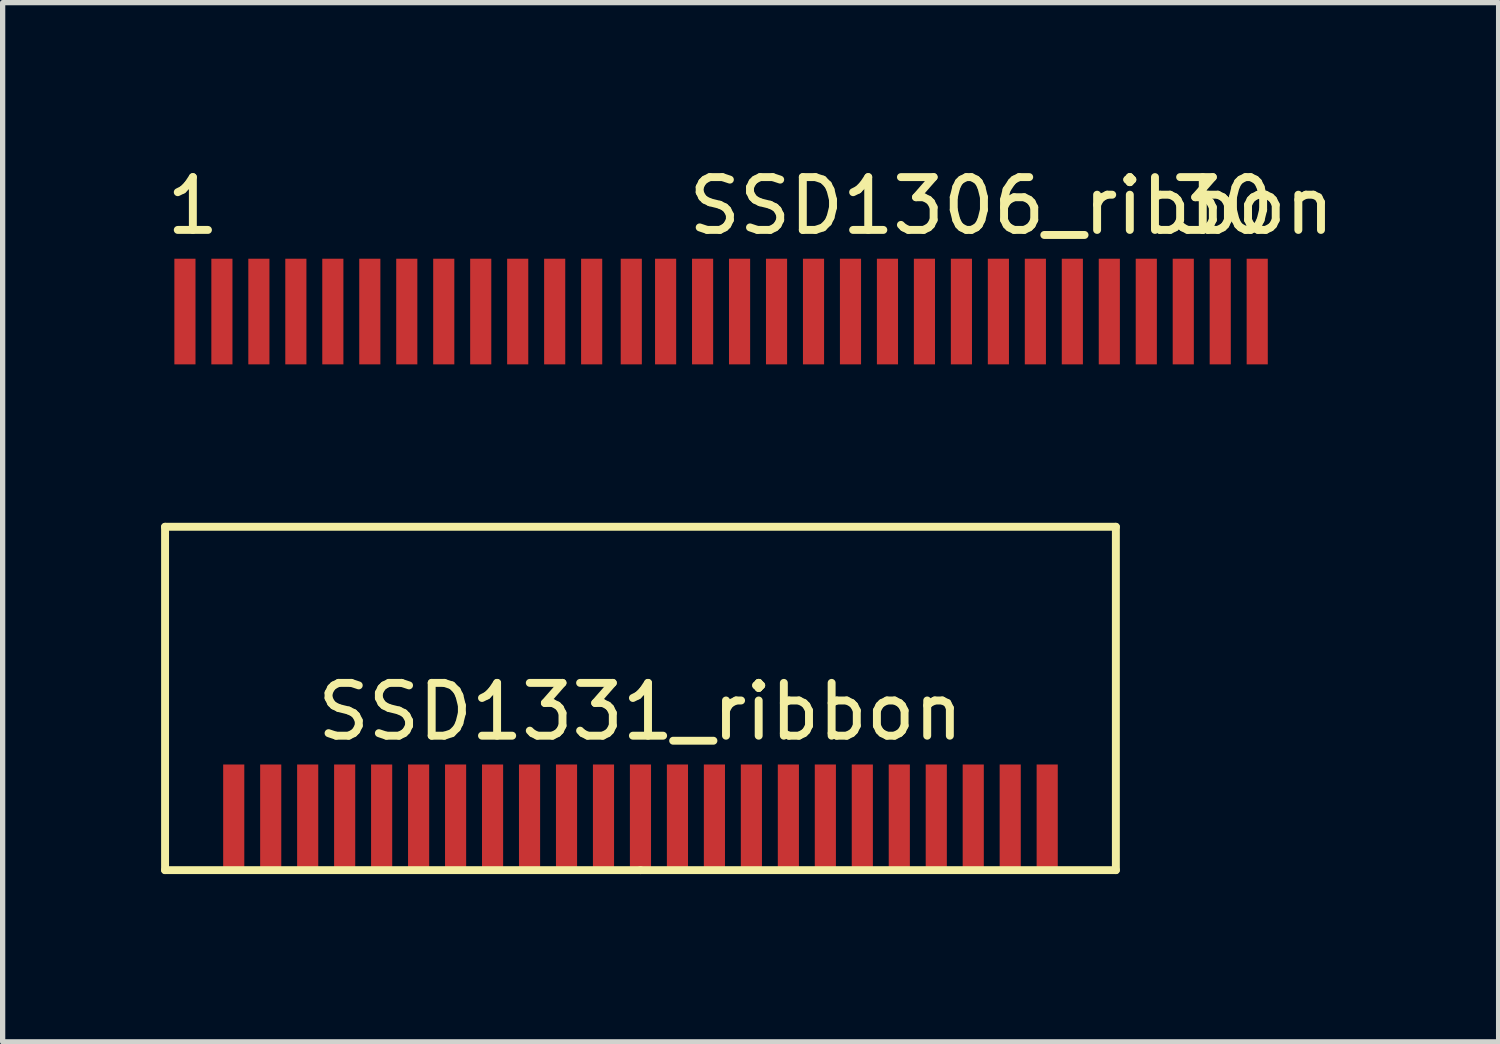
<source format=kicad_pcb>
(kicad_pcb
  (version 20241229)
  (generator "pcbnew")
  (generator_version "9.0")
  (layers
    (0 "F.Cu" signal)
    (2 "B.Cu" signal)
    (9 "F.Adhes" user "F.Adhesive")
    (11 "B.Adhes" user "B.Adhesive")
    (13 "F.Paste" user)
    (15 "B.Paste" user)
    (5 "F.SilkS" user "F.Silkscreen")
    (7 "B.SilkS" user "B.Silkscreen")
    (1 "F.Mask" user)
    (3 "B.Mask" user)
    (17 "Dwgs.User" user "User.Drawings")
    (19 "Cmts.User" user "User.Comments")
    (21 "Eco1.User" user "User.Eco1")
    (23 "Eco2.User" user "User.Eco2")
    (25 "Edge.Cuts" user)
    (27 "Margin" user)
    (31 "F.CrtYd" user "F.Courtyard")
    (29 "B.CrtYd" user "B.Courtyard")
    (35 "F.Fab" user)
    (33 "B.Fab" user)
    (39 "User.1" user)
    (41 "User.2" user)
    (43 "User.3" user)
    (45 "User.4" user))
  (footprint "SSD1306_ribbon"
    (layer "F.Cu")
    (at 10.601 2.848)
    (property "Reference" "SSD1306_ribbon" (at 5.5 -2 0) (layer "F.SilkS") (effects (font (size 1 1) (thickness 0.15))))
    (attr through_hole)
    (fp_text user "30" (at 9.5 -2 0) (layer "F.SilkS") (effects (font (size 1 1) (thickness 0.15))))
    (fp_text user "1" (at -10 -2 0) (layer "F.SilkS") (effects (font (size 1 1) (thickness 0.15))))
    (pad "1" smd rect (at -10.15 0) (size 0.4 2) (layers "F.Cu" "F.Mask" "F.Paste"))
    (pad "2" smd rect (at -9.45 0) (size 0.4 2) (layers "F.Cu" "F.Mask" "F.Paste"))
    (pad "3" smd rect (at -8.75 0) (size 0.4 2) (layers "F.Cu" "F.Mask" "F.Paste"))
    (pad "4" smd rect (at -8.05 0) (size 0.4 2) (layers "F.Cu" "F.Mask" "F.Paste"))
    (pad "5" smd rect (at -7.35 0) (size 0.4 2) (layers "F.Cu" "F.Mask" "F.Paste"))
    (pad "6" smd rect (at -6.65 0) (size 0.4 2) (layers "F.Cu" "F.Mask" "F.Paste"))
    (pad "7" smd rect (at -5.95 0) (size 0.4 2) (layers "F.Cu" "F.Mask" "F.Paste"))
    (pad "8" smd rect (at -5.25 0) (size 0.4 2) (layers "F.Cu" "F.Mask" "F.Paste"))
    (pad "9" smd rect (at -4.55 0) (size 0.4 2) (layers "F.Cu" "F.Mask" "F.Paste"))
    (pad "10" smd rect (at -3.85 0) (size 0.4 2) (layers "F.Cu" "F.Mask" "F.Paste"))
    (pad "11" smd rect (at -3.15 0) (size 0.4 2) (layers "F.Cu" "F.Mask" "F.Paste"))
    (pad "12" smd rect (at -2.45 0) (size 0.4 2) (layers "F.Cu" "F.Mask" "F.Paste"))
    (pad "13" smd rect (at -1.7 0) (size 0.4 2) (layers "F.Cu" "F.Mask" "F.Paste"))
    (pad "14" smd rect (at -1.05 0) (size 0.4 2) (layers "F.Cu" "F.Mask" "F.Paste"))
    (pad "15" smd rect (at -0.35 0) (size 0.4 2) (layers "F.Cu" "F.Mask" "F.Paste"))
    (pad "16" smd rect (at 0.35 0) (size 0.4 2) (layers "F.Cu" "F.Mask" "F.Paste"))
    (pad "17" smd rect (at 1.05 0) (size 0.4 2) (layers "F.Cu" "F.Mask" "F.Paste"))
    (pad "18" smd rect (at 1.75 0) (size 0.4 2) (layers "F.Cu" "F.Mask" "F.Paste"))
    (pad "19" smd rect (at 2.45 0) (size 0.4 2) (layers "F.Cu" "F.Mask" "F.Paste"))
    (pad "20" smd rect (at 3.15 0) (size 0.4 2) (layers "F.Cu" "F.Mask" "F.Paste"))
    (pad "21" smd rect (at 3.85 0) (size 0.4 2) (layers "F.Cu" "F.Mask" "F.Paste"))
    (pad "22" smd rect (at 4.55 0) (size 0.4 2) (layers "F.Cu" "F.Mask" "F.Paste"))
    (pad "23" smd rect (at 5.25 0) (size 0.4 2) (layers "F.Cu" "F.Mask" "F.Paste"))
    (pad "24" smd rect (at 5.95 0) (size 0.4 2) (layers "F.Cu" "F.Mask" "F.Paste"))
    (pad "25" smd rect (at 6.65 0) (size 0.4 2) (layers "F.Cu" "F.Mask" "F.Paste"))
    (pad "26" smd rect (at 7.35 0) (size 0.4 2) (layers "F.Cu" "F.Mask" "F.Paste"))
    (pad "27" smd rect (at 8.05 0) (size 0.4 2) (layers "F.Cu" "F.Mask" "F.Paste"))
    (pad "28" smd rect (at 8.75 0) (size 0.4 2) (layers "F.Cu" "F.Mask" "F.Paste"))
    (pad "29" smd rect (at 9.45 0) (size 0.4 2) (layers "F.Cu" "F.Mask" "F.Paste"))
    (pad "30" smd rect (at 10.15 0) (size 0.4 2) (layers "F.Cu" "F.Mask" "F.Paste")))
  (footprint "SSD1331_ribbon"
    (layer "F.Cu")
    (at 9.075 13.423)
    (property "Reference" "SSD1331_ribbon" (at 0 -3 0) (layer "F.SilkS") (effects (font (size 1 1) (thickness 0.15))))
    (attr through_hole)
    (fp_line (start -9 0) (end -9 -6.5) (stroke (width 0.15) (type solid)) (layer "F.SilkS"))
    (fp_line (start -9 0) (end 0 0) (stroke (width 0.15) (type solid)) (layer "F.SilkS"))
    (fp_line (start 0 0) (end 9 0) (stroke (width 0.15) (type solid)) (layer "F.SilkS"))
    (fp_line (start 9 -6.5) (end -9 -6.5) (stroke (width 0.15) (type solid)) (layer "F.SilkS"))
    (fp_line (start 9 0) (end 9 -6.5) (stroke (width 0.15) (type solid)) (layer "F.SilkS"))
    (pad "1" smd rect (at -7.7 -1) (size 0.4 2) (layers "F.Cu" "F.Mask" "F.Paste"))
    (pad "2" smd rect (at -7 -1) (size 0.4 2) (layers "F.Cu" "F.Mask" "F.Paste"))
    (pad "3" smd rect (at -6.3 -1) (size 0.4 2) (layers "F.Cu" "F.Mask" "F.Paste"))
    (pad "4" smd rect (at -5.6 -1) (size 0.4 2) (layers "F.Cu" "F.Mask" "F.Paste"))
    (pad "5" smd rect (at -4.9 -1) (size 0.4 2) (layers "F.Cu" "F.Mask" "F.Paste"))
    (pad "6" smd rect (at -4.2 -1) (size 0.4 2) (layers "F.Cu" "F.Mask" "F.Paste"))
    (pad "7" smd rect (at -3.5 -1) (size 0.4 2) (layers "F.Cu" "F.Mask" "F.Paste"))
    (pad "8" smd rect (at -2.8 -1) (size 0.4 2) (layers "F.Cu" "F.Mask" "F.Paste"))
    (pad "9" smd rect (at -2.1 -1) (size 0.4 2) (layers "F.Cu" "F.Mask" "F.Paste"))
    (pad "10" smd rect (at -1.4 -1) (size 0.4 2) (layers "F.Cu" "F.Mask" "F.Paste"))
    (pad "11" smd rect (at -0.7 -1) (size 0.4 2) (layers "F.Cu" "F.Mask" "F.Paste"))
    (pad "12" smd rect (at 0 -1) (size 0.4 2) (layers "F.Cu" "F.Mask" "F.Paste"))
    (pad "13" smd rect (at 0.7 -1) (size 0.4 2) (layers "F.Cu" "F.Mask" "F.Paste"))
    (pad "14" smd rect (at 1.4 -1) (size 0.4 2) (layers "F.Cu" "F.Mask" "F.Paste"))
    (pad "15" smd rect (at 2.1 -1) (size 0.4 2) (layers "F.Cu" "F.Mask" "F.Paste"))
    (pad "16" smd rect (at 2.8 -1) (size 0.4 2) (layers "F.Cu" "F.Mask" "F.Paste"))
    (pad "17" smd rect (at 3.5 -1) (size 0.4 2) (layers "F.Cu" "F.Mask" "F.Paste"))
    (pad "18" smd rect (at 4.2 -1) (size 0.4 2) (layers "F.Cu" "F.Mask" "F.Paste"))
    (pad "19" smd rect (at 4.9 -1) (size 0.4 2) (layers "F.Cu" "F.Mask" "F.Paste"))
    (pad "20" smd rect (at 5.6 -1) (size 0.4 2) (layers "F.Cu" "F.Mask" "F.Paste"))
    (pad "21" smd rect (at 6.3 -1) (size 0.4 2) (layers "F.Cu" "F.Mask" "F.Paste"))
    (pad "22" smd rect (at 7 -1) (size 0.4 2) (layers "F.Cu" "F.Mask" "F.Paste"))
    (pad "23" smd rect (at 7.7 -1) (size 0.4 2) (layers "F.Cu" "F.Mask" "F.Paste")))
  (gr_rect
    (start -3 -3)
    (end 25.321 16.673)
    (stroke (width 0.1) (type default))
    (fill no)
    (layer "Edge.Cuts")))
</source>
